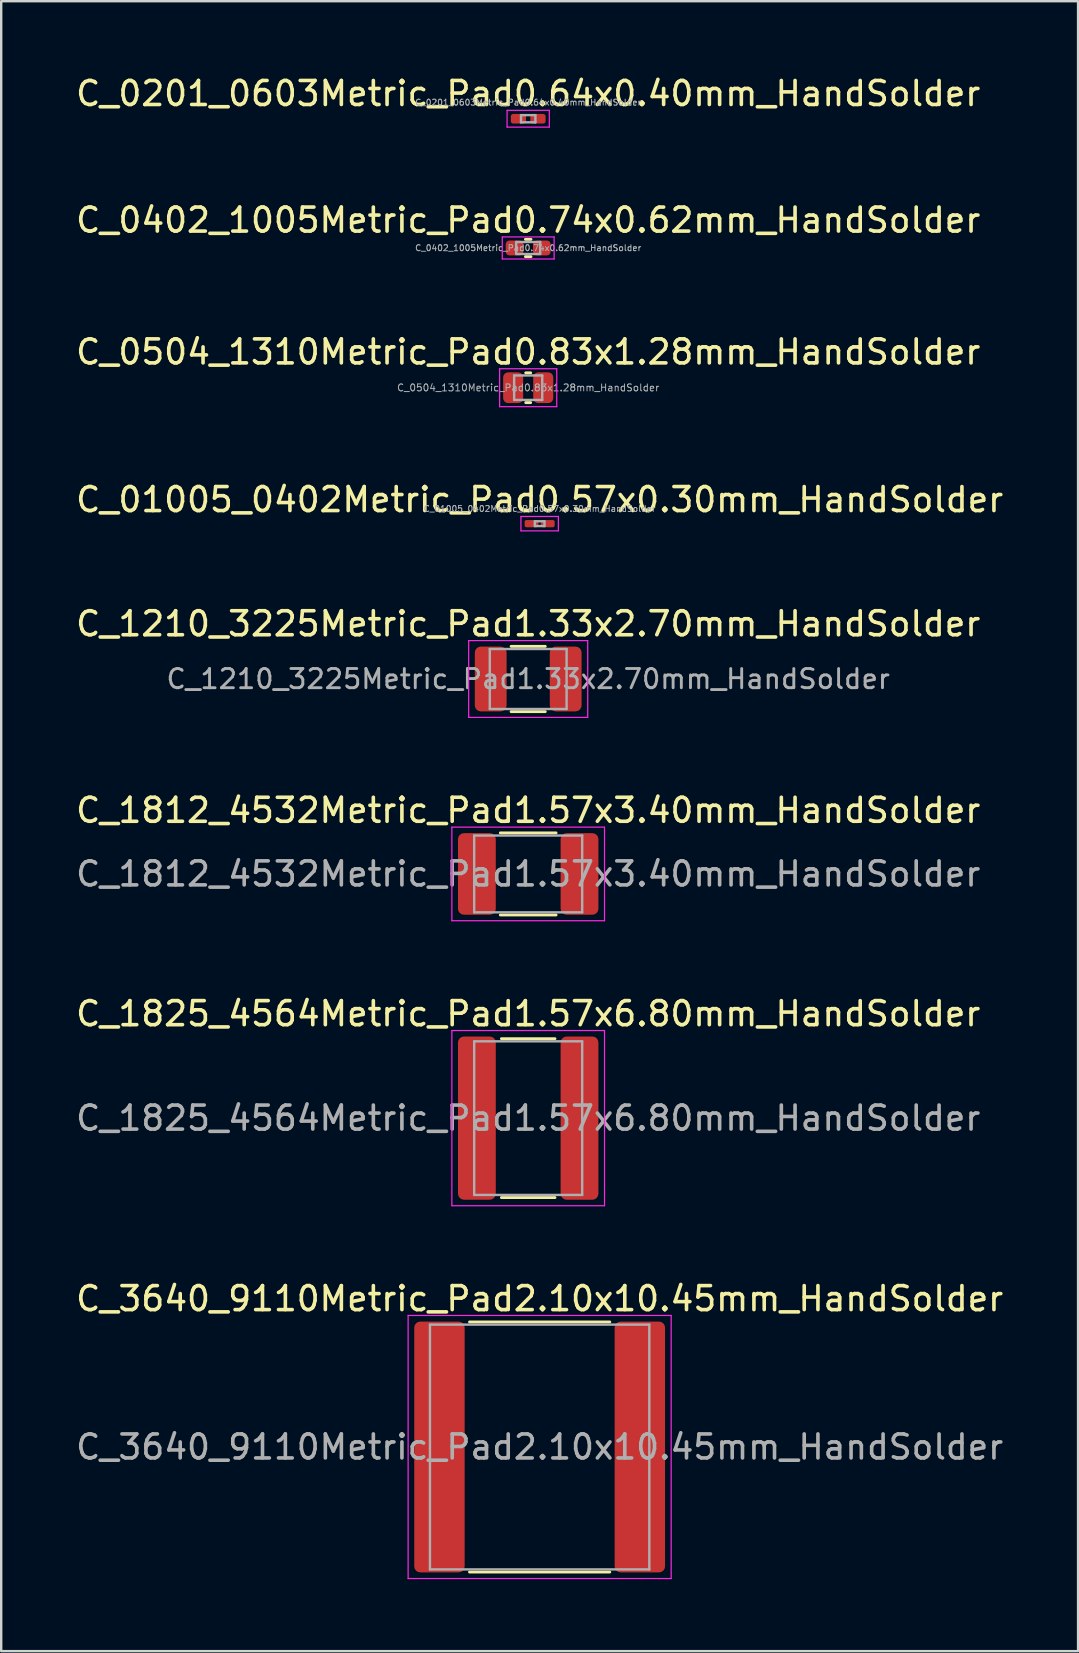
<source format=kicad_pcb>
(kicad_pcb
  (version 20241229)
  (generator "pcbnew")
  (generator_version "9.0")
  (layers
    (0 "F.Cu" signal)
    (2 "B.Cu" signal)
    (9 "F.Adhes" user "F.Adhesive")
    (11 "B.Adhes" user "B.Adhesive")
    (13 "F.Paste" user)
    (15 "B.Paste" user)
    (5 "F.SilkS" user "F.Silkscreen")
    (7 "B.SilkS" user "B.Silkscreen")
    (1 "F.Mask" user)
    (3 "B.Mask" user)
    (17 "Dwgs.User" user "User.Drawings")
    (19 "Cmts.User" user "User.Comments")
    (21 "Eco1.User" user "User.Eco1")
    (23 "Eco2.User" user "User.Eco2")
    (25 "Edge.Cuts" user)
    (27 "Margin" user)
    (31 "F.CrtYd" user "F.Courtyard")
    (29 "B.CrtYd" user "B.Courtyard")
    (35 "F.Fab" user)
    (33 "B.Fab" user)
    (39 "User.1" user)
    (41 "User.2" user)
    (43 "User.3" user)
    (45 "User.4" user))
  (footprint "C_0402_1005Metric_Pad0.74x0.62mm_HandSolder"
    (layer "F.Cu")
    (at 18.958 7.282)
    (property "Reference" "C_0402_1005Metric_Pad0.74x0.62mm_HandSolder" (at 0 -1.16 0) (layer "F.SilkS") (effects (font (size 1 1) (thickness 0.15))))
    (attr smd)
    (fp_line (start -0.116 -0.36) (end 0.116 -0.36) (stroke (width 0.12) (type solid)) (layer "F.SilkS"))
    (fp_line (start -0.116 0.36) (end 0.116 0.36) (stroke (width 0.12) (type solid)) (layer "F.SilkS"))
    (fp_line (start -1.08 -0.46) (end 1.08 -0.46) (stroke (width 0.05) (type solid)) (layer "F.CrtYd"))
    (fp_line (start -1.08 0.46) (end -1.08 -0.46) (stroke (width 0.05) (type solid)) (layer "F.CrtYd"))
    (fp_line (start 1.08 -0.46) (end 1.08 0.46) (stroke (width 0.05) (type solid)) (layer "F.CrtYd"))
    (fp_line (start 1.08 0.46) (end -1.08 0.46) (stroke (width 0.05) (type solid)) (layer "F.CrtYd"))
    (fp_line (start -0.5 -0.25) (end 0.5 -0.25) (stroke (width 0.1) (type solid)) (layer "F.Fab"))
    (fp_line (start -0.5 0.25) (end -0.5 -0.25) (stroke (width 0.1) (type solid)) (layer "F.Fab"))
    (fp_line (start 0.5 -0.25) (end 0.5 0.25) (stroke (width 0.1) (type solid)) (layer "F.Fab"))
    (fp_line (start 0.5 0.25) (end -0.5 0.25) (stroke (width 0.1) (type solid)) (layer "F.Fab"))
    (fp_text user "${REFERENCE}" (at 0 0 0) (layer "F.Fab") (effects (font (size 0.25 0.25) (thickness 0.04))))
    (pad "1" smd roundrect (at -0.568 0) (size 0.735 0.62) (layers "F.Cu" "F.Mask" "F.Paste") (roundrect_rratio 0.25))
    (pad "2" smd roundrect (at 0.568 0) (size 0.735 0.62) (layers "F.Cu" "F.Mask" "F.Paste") (roundrect_rratio 0.25)))
  (footprint "C_1812_4532Metric_Pad1.57x3.40mm_HandSolder"
    (layer "F.Cu")
    (at 18.958 33.364)
    (property "Reference" "C_1812_4532Metric_Pad1.57x3.40mm_HandSolder" (at 0 -2.65 0) (layer "F.SilkS") (effects (font (size 1 1) (thickness 0.15))))
    (attr smd)
    (fp_line (start -1.161 -1.71) (end 1.161 -1.71) (stroke (width 0.12) (type solid)) (layer "F.SilkS"))
    (fp_line (start -1.161 1.71) (end 1.161 1.71) (stroke (width 0.12) (type solid)) (layer "F.SilkS"))
    (fp_line (start -3.18 -1.95) (end 3.18 -1.95) (stroke (width 0.05) (type solid)) (layer "F.CrtYd"))
    (fp_line (start -3.18 1.95) (end -3.18 -1.95) (stroke (width 0.05) (type solid)) (layer "F.CrtYd"))
    (fp_line (start 3.18 -1.95) (end 3.18 1.95) (stroke (width 0.05) (type solid)) (layer "F.CrtYd"))
    (fp_line (start 3.18 1.95) (end -3.18 1.95) (stroke (width 0.05) (type solid)) (layer "F.CrtYd"))
    (fp_line (start -2.25 -1.6) (end 2.25 -1.6) (stroke (width 0.1) (type solid)) (layer "F.Fab"))
    (fp_line (start -2.25 1.6) (end -2.25 -1.6) (stroke (width 0.1) (type solid)) (layer "F.Fab"))
    (fp_line (start 2.25 -1.6) (end 2.25 1.6) (stroke (width 0.1) (type solid)) (layer "F.Fab"))
    (fp_line (start 2.25 1.6) (end -2.25 1.6) (stroke (width 0.1) (type solid)) (layer "F.Fab"))
    (fp_text user "${REFERENCE}" (at 0 0 0) (layer "F.Fab") (effects (font (size 1 1) (thickness 0.15))))
    (pad "1" smd roundrect (at -2.138 0) (size 1.575 3.4) (layers "F.Cu" "F.Mask" "F.Paste") (roundrect_rratio 0.159))
    (pad "2" smd roundrect (at 2.138 0) (size 1.575 3.4) (layers "F.Cu" "F.Mask" "F.Paste") (roundrect_rratio 0.159)))
  (footprint "C_3640_9110Metric_Pad2.10x10.45mm_HandSolder"
    (layer "F.Cu")
    (at 19.435 57.241)
    (property "Reference" "C_3640_9110Metric_Pad2.10x10.45mm_HandSolder" (at 0 -6.18 0) (layer "F.SilkS") (effects (font (size 1 1) (thickness 0.15))))
    (attr smd)
    (fp_line (start -2.922 -5.21) (end 2.922 -5.21) (stroke (width 0.12) (type solid)) (layer "F.SilkS"))
    (fp_line (start -2.922 5.21) (end 2.922 5.21) (stroke (width 0.12) (type solid)) (layer "F.SilkS"))
    (fp_line (start -5.48 -5.48) (end 5.48 -5.48) (stroke (width 0.05) (type solid)) (layer "F.CrtYd"))
    (fp_line (start -5.48 5.48) (end -5.48 -5.48) (stroke (width 0.05) (type solid)) (layer "F.CrtYd"))
    (fp_line (start 5.48 -5.48) (end 5.48 5.48) (stroke (width 0.05) (type solid)) (layer "F.CrtYd"))
    (fp_line (start 5.48 5.48) (end -5.48 5.48) (stroke (width 0.05) (type solid)) (layer "F.CrtYd"))
    (fp_line (start -4.57 -5.1) (end 4.57 -5.1) (stroke (width 0.1) (type solid)) (layer "F.Fab"))
    (fp_line (start -4.57 5.1) (end -4.57 -5.1) (stroke (width 0.1) (type solid)) (layer "F.Fab"))
    (fp_line (start 4.57 -5.1) (end 4.57 5.1) (stroke (width 0.1) (type solid)) (layer "F.Fab"))
    (fp_line (start 4.57 5.1) (end -4.57 5.1) (stroke (width 0.1) (type solid)) (layer "F.Fab"))
    (fp_text user "${REFERENCE}" (at 0 0 0) (layer "F.Fab") (effects (font (size 1 1) (thickness 0.15))))
    (pad "1" smd roundrect (at -4.175 0) (size 2.1 10.45) (layers "F.Cu" "F.Mask" "F.Paste") (roundrect_rratio 0.119))
    (pad "2" smd roundrect (at 4.175 0) (size 2.1 10.45) (layers "F.Cu" "F.Mask" "F.Paste") (roundrect_rratio 0.119)))
  (footprint "C_0504_1310Metric_Pad0.83x1.28mm_HandSolder"
    (layer "F.Cu")
    (at 18.958 13.105)
    (property "Reference" "C_0504_1310Metric_Pad0.83x1.28mm_HandSolder" (at 0 -1.49 0) (layer "F.SilkS") (effects (font (size 1 1) (thickness 0.15))))
    (attr smd)
    (fp_line (start -0.102 -0.62) (end 0.102 -0.62) (stroke (width 0.12) (type solid)) (layer "F.SilkS"))
    (fp_line (start -0.102 0.62) (end 0.102 0.62) (stroke (width 0.12) (type solid)) (layer "F.SilkS"))
    (fp_line (start -1.19 -0.79) (end 1.19 -0.79) (stroke (width 0.05) (type solid)) (layer "F.CrtYd"))
    (fp_line (start -1.19 0.79) (end -1.19 -0.79) (stroke (width 0.05) (type solid)) (layer "F.CrtYd"))
    (fp_line (start 1.19 -0.79) (end 1.19 0.79) (stroke (width 0.05) (type solid)) (layer "F.CrtYd"))
    (fp_line (start 1.19 0.79) (end -1.19 0.79) (stroke (width 0.05) (type solid)) (layer "F.CrtYd"))
    (fp_line (start -0.585 -0.51) (end 0.585 -0.51) (stroke (width 0.1) (type solid)) (layer "F.Fab"))
    (fp_line (start -0.585 0.51) (end -0.585 -0.51) (stroke (width 0.1) (type solid)) (layer "F.Fab"))
    (fp_line (start 0.585 -0.51) (end 0.585 0.51) (stroke (width 0.1) (type solid)) (layer "F.Fab"))
    (fp_line (start 0.585 0.51) (end -0.585 0.51) (stroke (width 0.1) (type solid)) (layer "F.Fab"))
    (fp_text user "${REFERENCE}" (at 0 0 0) (layer "F.Fab") (effects (font (size 0.29 0.29) (thickness 0.04))))
    (pad "1" smd roundrect (at -0.627 0) (size 0.835 1.28) (layers "F.Cu" "F.Mask" "F.Paste") (roundrect_rratio 0.25))
    (pad "2" smd roundrect (at 0.627 0) (size 0.835 1.28) (layers "F.Cu" "F.Mask" "F.Paste") (roundrect_rratio 0.25)))
  (footprint "C_0201_0603Metric_Pad0.64x0.40mm_HandSolder"
    (layer "F.Cu")
    (at 18.958 1.898)
    (property "Reference" "C_0201_0603Metric_Pad0.64x0.40mm_HandSolder" (at 0 -1.05 0) (layer "F.SilkS") (effects (font (size 1 1) (thickness 0.15))))
    (attr smd)
    (fp_line (start -0.88 -0.35) (end 0.88 -0.35) (stroke (width 0.05) (type solid)) (layer "F.CrtYd"))
    (fp_line (start -0.88 0.35) (end -0.88 -0.35) (stroke (width 0.05) (type solid)) (layer "F.CrtYd"))
    (fp_line (start 0.88 -0.35) (end 0.88 0.35) (stroke (width 0.05) (type solid)) (layer "F.CrtYd"))
    (fp_line (start 0.88 0.35) (end -0.88 0.35) (stroke (width 0.05) (type solid)) (layer "F.CrtYd"))
    (fp_line (start -0.3 -0.15) (end 0.3 -0.15) (stroke (width 0.1) (type solid)) (layer "F.Fab"))
    (fp_line (start -0.3 0.15) (end -0.3 -0.15) (stroke (width 0.1) (type solid)) (layer "F.Fab"))
    (fp_line (start 0.3 -0.15) (end 0.3 0.15) (stroke (width 0.1) (type solid)) (layer "F.Fab"))
    (fp_line (start 0.3 0.15) (end -0.3 0.15) (stroke (width 0.1) (type solid)) (layer "F.Fab"))
    (fp_text user "${REFERENCE}" (at 0 -0.68 0) (layer "F.Fab") (effects (font (size 0.25 0.25) (thickness 0.04))))
    (pad "" smd roundrect (at -0.432 0) (size 0.458 0.36) (layers "F.Paste") (roundrect_rratio 0.25))
    (pad "" smd roundrect (at 0.432 0) (size 0.458 0.36) (layers "F.Paste") (roundrect_rratio 0.25))
    (pad "1" smd roundrect (at -0.407 0) (size 0.635 0.4) (layers "F.Cu" "F.Mask") (roundrect_rratio 0.25))
    (pad "2" smd roundrect (at 0.407 0) (size 0.635 0.4) (layers "F.Cu" "F.Mask") (roundrect_rratio 0.25)))
  (footprint "C_1210_3225Metric_Pad1.33x2.70mm_HandSolder"
    (layer "F.Cu")
    (at 18.958 25.241)
    (property "Reference" "C_1210_3225Metric_Pad1.33x2.70mm_HandSolder" (at 0 -2.3 0) (layer "F.SilkS") (effects (font (size 1 1) (thickness 0.15))))
    (attr smd)
    (fp_line (start -0.711 -1.36) (end 0.711 -1.36) (stroke (width 0.12) (type solid)) (layer "F.SilkS"))
    (fp_line (start -0.711 1.36) (end 0.711 1.36) (stroke (width 0.12) (type solid)) (layer "F.SilkS"))
    (fp_line (start -2.48 -1.6) (end 2.48 -1.6) (stroke (width 0.05) (type solid)) (layer "F.CrtYd"))
    (fp_line (start -2.48 1.6) (end -2.48 -1.6) (stroke (width 0.05) (type solid)) (layer "F.CrtYd"))
    (fp_line (start 2.48 -1.6) (end 2.48 1.6) (stroke (width 0.05) (type solid)) (layer "F.CrtYd"))
    (fp_line (start 2.48 1.6) (end -2.48 1.6) (stroke (width 0.05) (type solid)) (layer "F.CrtYd"))
    (fp_line (start -1.6 -1.25) (end 1.6 -1.25) (stroke (width 0.1) (type solid)) (layer "F.Fab"))
    (fp_line (start -1.6 1.25) (end -1.6 -1.25) (stroke (width 0.1) (type solid)) (layer "F.Fab"))
    (fp_line (start 1.6 -1.25) (end 1.6 1.25) (stroke (width 0.1) (type solid)) (layer "F.Fab"))
    (fp_line (start 1.6 1.25) (end -1.6 1.25) (stroke (width 0.1) (type solid)) (layer "F.Fab"))
    (fp_text user "${REFERENCE}" (at 0 0 0) (layer "F.Fab") (effects (font (size 0.8 0.8) (thickness 0.12))))
    (pad "1" smd roundrect (at -1.562 0) (size 1.325 2.7) (layers "F.Cu" "F.Mask" "F.Paste") (roundrect_rratio 0.189))
    (pad "2" smd roundrect (at 1.562 0) (size 1.325 2.7) (layers "F.Cu" "F.Mask" "F.Paste") (roundrect_rratio 0.189)))
  (footprint "C_01005_0402Metric_Pad0.57x0.30mm_HandSolder"
    (layer "F.Cu")
    (at 19.435 18.768)
    (property "Reference" "C_01005_0402Metric_Pad0.57x0.30mm_HandSolder" (at 0 -1 0) (layer "F.SilkS") (effects (font (size 1 1) (thickness 0.15))))
    (attr smd)
    (fp_line (start -0.78 -0.3) (end 0.78 -0.3) (stroke (width 0.05) (type solid)) (layer "F.CrtYd"))
    (fp_line (start -0.78 0.3) (end -0.78 -0.3) (stroke (width 0.05) (type solid)) (layer "F.CrtYd"))
    (fp_line (start 0.78 -0.3) (end 0.78 0.3) (stroke (width 0.05) (type solid)) (layer "F.CrtYd"))
    (fp_line (start 0.78 0.3) (end -0.78 0.3) (stroke (width 0.05) (type solid)) (layer "F.CrtYd"))
    (fp_line (start -0.2 -0.1) (end 0.2 -0.1) (stroke (width 0.1) (type solid)) (layer "F.Fab"))
    (fp_line (start -0.2 0.1) (end -0.2 -0.1) (stroke (width 0.1) (type solid)) (layer "F.Fab"))
    (fp_line (start 0.2 -0.1) (end 0.2 0.1) (stroke (width 0.1) (type solid)) (layer "F.Fab"))
    (fp_line (start 0.2 0.1) (end -0.2 0.1) (stroke (width 0.1) (type solid)) (layer "F.Fab"))
    (fp_text user "${REFERENCE}" (at 0 -0.62 0) (layer "F.Fab") (effects (font (size 0.25 0.25) (thickness 0.04))))
    (pad "" smd roundrect (at -0.362 0) (size 0.41 0.27) (layers "F.Paste") (roundrect_rratio 0.25))
    (pad "" smd roundrect (at 0.362 0) (size 0.41 0.27) (layers "F.Paste") (roundrect_rratio 0.25))
    (pad "1" smd roundrect (at -0.338 0) (size 0.575 0.3) (layers "F.Cu" "F.Mask") (roundrect_rratio 0.25))
    (pad "2" smd roundrect (at 0.338 0) (size 0.575 0.3) (layers "F.Cu" "F.Mask") (roundrect_rratio 0.25)))
  (footprint "C_1825_4564Metric_Pad1.57x6.80mm_HandSolder"
    (layer "F.Cu")
    (at 18.958 43.538)
    (property "Reference" "C_1825_4564Metric_Pad1.57x6.80mm_HandSolder" (at 0 -4.35 0) (layer "F.SilkS") (effects (font (size 1 1) (thickness 0.15))))
    (attr smd)
    (fp_line (start -1.116 -3.31) (end 1.116 -3.31) (stroke (width 0.12) (type solid)) (layer "F.SilkS"))
    (fp_line (start -1.116 3.31) (end 1.116 3.31) (stroke (width 0.12) (type solid)) (layer "F.SilkS"))
    (fp_line (start -3.18 -3.65) (end 3.18 -3.65) (stroke (width 0.05) (type solid)) (layer "F.CrtYd"))
    (fp_line (start -3.18 3.65) (end -3.18 -3.65) (stroke (width 0.05) (type solid)) (layer "F.CrtYd"))
    (fp_line (start 3.18 -3.65) (end 3.18 3.65) (stroke (width 0.05) (type solid)) (layer "F.CrtYd"))
    (fp_line (start 3.18 3.65) (end -3.18 3.65) (stroke (width 0.05) (type solid)) (layer "F.CrtYd"))
    (fp_line (start -2.25 -3.2) (end 2.25 -3.2) (stroke (width 0.1) (type solid)) (layer "F.Fab"))
    (fp_line (start -2.25 3.2) (end -2.25 -3.2) (stroke (width 0.1) (type solid)) (layer "F.Fab"))
    (fp_line (start 2.25 -3.2) (end 2.25 3.2) (stroke (width 0.1) (type solid)) (layer "F.Fab"))
    (fp_line (start 2.25 3.2) (end -2.25 3.2) (stroke (width 0.1) (type solid)) (layer "F.Fab"))
    (fp_text user "${REFERENCE}" (at 0 0 0) (layer "F.Fab") (effects (font (size 1 1) (thickness 0.15))))
    (pad "1" smd roundrect (at -2.138 0) (size 1.575 6.8) (layers "F.Cu" "F.Mask" "F.Paste") (roundrect_rratio 0.159))
    (pad "2" smd roundrect (at 2.138 0) (size 1.575 6.8) (layers "F.Cu" "F.Mask" "F.Paste") (roundrect_rratio 0.159)))
  (gr_rect
    (start -3 -3)
    (end 41.869 65.746)
    (stroke (width 0.1) (type default))
    (fill no)
    (layer "Edge.Cuts")))
</source>
